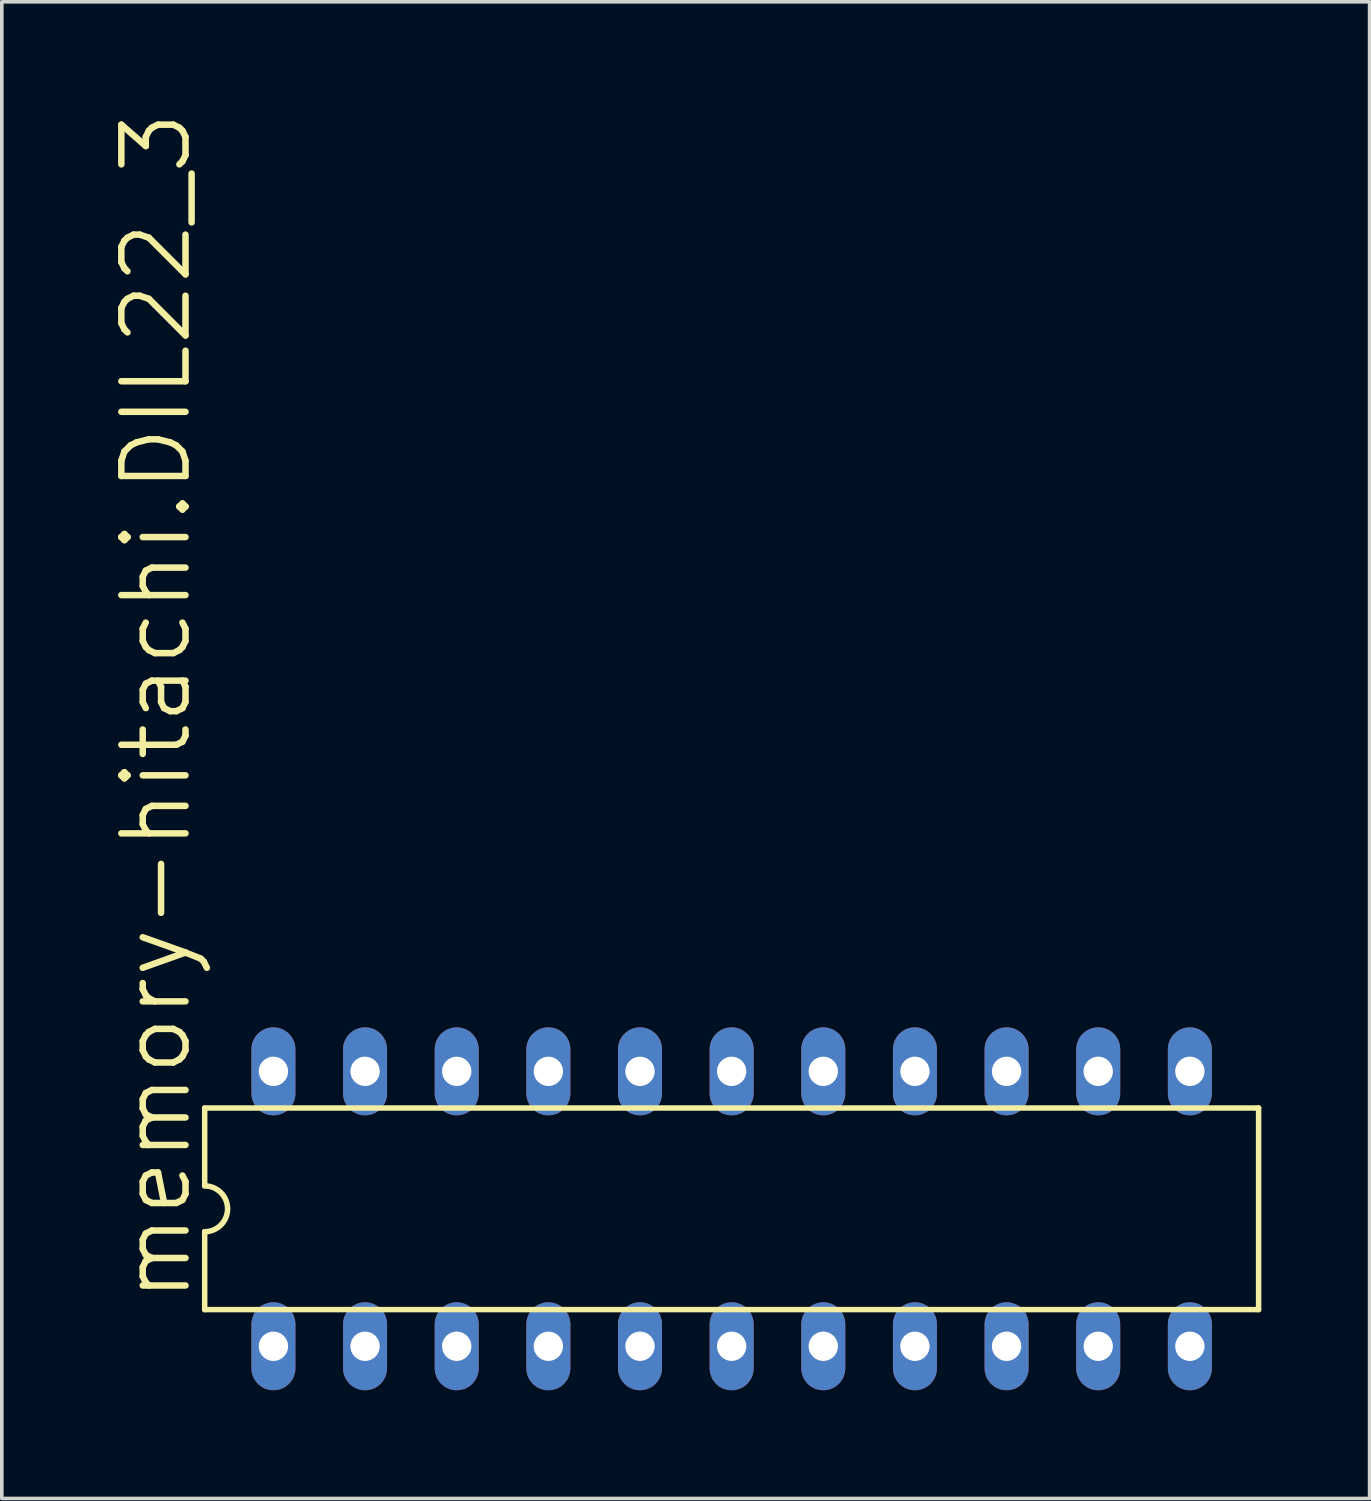
<source format=kicad_pcb>
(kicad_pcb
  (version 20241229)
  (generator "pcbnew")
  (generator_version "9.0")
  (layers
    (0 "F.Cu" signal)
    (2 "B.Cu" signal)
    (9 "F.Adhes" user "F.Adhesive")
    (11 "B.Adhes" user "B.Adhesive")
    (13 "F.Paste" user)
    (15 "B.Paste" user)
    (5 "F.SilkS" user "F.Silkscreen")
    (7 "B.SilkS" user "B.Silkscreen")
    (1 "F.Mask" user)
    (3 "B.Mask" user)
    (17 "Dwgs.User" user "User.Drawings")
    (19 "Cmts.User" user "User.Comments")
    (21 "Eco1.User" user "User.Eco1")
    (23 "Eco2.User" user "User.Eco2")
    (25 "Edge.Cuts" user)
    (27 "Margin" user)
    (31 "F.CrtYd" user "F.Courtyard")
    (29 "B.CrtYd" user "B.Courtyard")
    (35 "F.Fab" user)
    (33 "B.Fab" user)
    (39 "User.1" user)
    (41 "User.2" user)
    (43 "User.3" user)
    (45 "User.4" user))
  (footprint "memory-hitachi.DIL22_3"
    (layer "F.Cu")
    (at 17.228 30.453)
    (property "Reference" "memory-hitachi.DIL22_3" (at -14.91 2.667 90) (layer "F.SilkS") (effects (font (size 1.778 1.778) (thickness 0.18)) (justify left bottom)))
    (attr through_hole)
    (fp_line (start -14.605 -2.794) (end -14.605 -0.635) (stroke (width 0.152) (type default)) (layer "F.SilkS"))
    (fp_line (start -14.605 -2.794) (end 14.605 -2.794) (stroke (width 0.152) (type default)) (layer "F.SilkS"))
    (fp_line (start -14.605 0.635) (end -14.605 2.794) (stroke (width 0.152) (type default)) (layer "F.SilkS"))
    (fp_line (start -14.605 2.794) (end 14.605 2.794) (stroke (width 0.152) (type default)) (layer "F.SilkS"))
    (fp_line (start 14.605 2.794) (end 14.605 -2.794) (stroke (width 0.152) (type default)) (layer "F.SilkS"))
    (fp_arc (start -14.605 -0.635) (mid -13.97 0) (end -14.605 0.635) (stroke (width 0.1524) (type default)) (layer "F.SilkS"))
    (pad "1" thru_hole oval (at -12.7 3.81 90) (size 2.438 1.219) (drill 0.813) (layers "*.Cu" "*.Mask"))
    (pad "2" thru_hole oval (at -10.16 3.81 90) (size 2.438 1.219) (drill 0.813) (layers "*.Cu" "*.Mask"))
    (pad "3" thru_hole oval (at -7.62 3.81 90) (size 2.438 1.219) (drill 0.813) (layers "*.Cu" "*.Mask"))
    (pad "4" thru_hole oval (at -5.08 3.81 90) (size 2.438 1.219) (drill 0.813) (layers "*.Cu" "*.Mask"))
    (pad "5" thru_hole oval (at -2.54 3.81 90) (size 2.438 1.219) (drill 0.813) (layers "*.Cu" "*.Mask"))
    (pad "6" thru_hole oval (at 0 3.81 90) (size 2.438 1.219) (drill 0.813) (layers "*.Cu" "*.Mask"))
    (pad "7" thru_hole oval (at 2.54 3.81 90) (size 2.438 1.219) (drill 0.813) (layers "*.Cu" "*.Mask"))
    (pad "8" thru_hole oval (at 5.08 3.81 90) (size 2.438 1.219) (drill 0.813) (layers "*.Cu" "*.Mask"))
    (pad "9" thru_hole oval (at 7.62 3.81 90) (size 2.438 1.219) (drill 0.813) (layers "*.Cu" "*.Mask"))
    (pad "10" thru_hole oval (at 10.16 3.81 90) (size 2.438 1.219) (drill 0.813) (layers "*.Cu" "*.Mask"))
    (pad "11" thru_hole oval (at 12.7 3.81 90) (size 2.438 1.219) (drill 0.813) (layers "*.Cu" "*.Mask"))
    (pad "12" thru_hole oval (at 12.7 -3.81 90) (size 2.438 1.219) (drill 0.813) (layers "*.Cu" "*.Mask"))
    (pad "13" thru_hole oval (at 10.16 -3.81 90) (size 2.438 1.219) (drill 0.813) (layers "*.Cu" "*.Mask"))
    (pad "14" thru_hole oval (at 7.62 -3.81 90) (size 2.438 1.219) (drill 0.813) (layers "*.Cu" "*.Mask"))
    (pad "15" thru_hole oval (at 5.08 -3.81 90) (size 2.438 1.219) (drill 0.813) (layers "*.Cu" "*.Mask"))
    (pad "16" thru_hole oval (at 2.54 -3.81 90) (size 2.438 1.219) (drill 0.813) (layers "*.Cu" "*.Mask"))
    (pad "17" thru_hole oval (at 0 -3.81 90) (size 2.438 1.219) (drill 0.813) (layers "*.Cu" "*.Mask"))
    (pad "18" thru_hole oval (at -2.54 -3.81 90) (size 2.438 1.219) (drill 0.813) (layers "*.Cu" "*.Mask"))
    (pad "19" thru_hole oval (at -5.08 -3.81 90) (size 2.438 1.219) (drill 0.813) (layers "*.Cu" "*.Mask"))
    (pad "20" thru_hole oval (at -7.62 -3.81 90) (size 2.438 1.219) (drill 0.813) (layers "*.Cu" "*.Mask"))
    (pad "21" thru_hole oval (at -10.16 -3.81 90) (size 2.438 1.219) (drill 0.813) (layers "*.Cu" "*.Mask"))
    (pad "22" thru_hole oval (at -12.7 -3.81 90) (size 2.438 1.219) (drill 0.813) (layers "*.Cu" "*.Mask")))
  (gr_rect
    (start -3 -3)
    (end 34.909 38.482)
    (stroke (width 0.1) (type default))
    (fill no)
    (layer "Edge.Cuts")))
</source>
